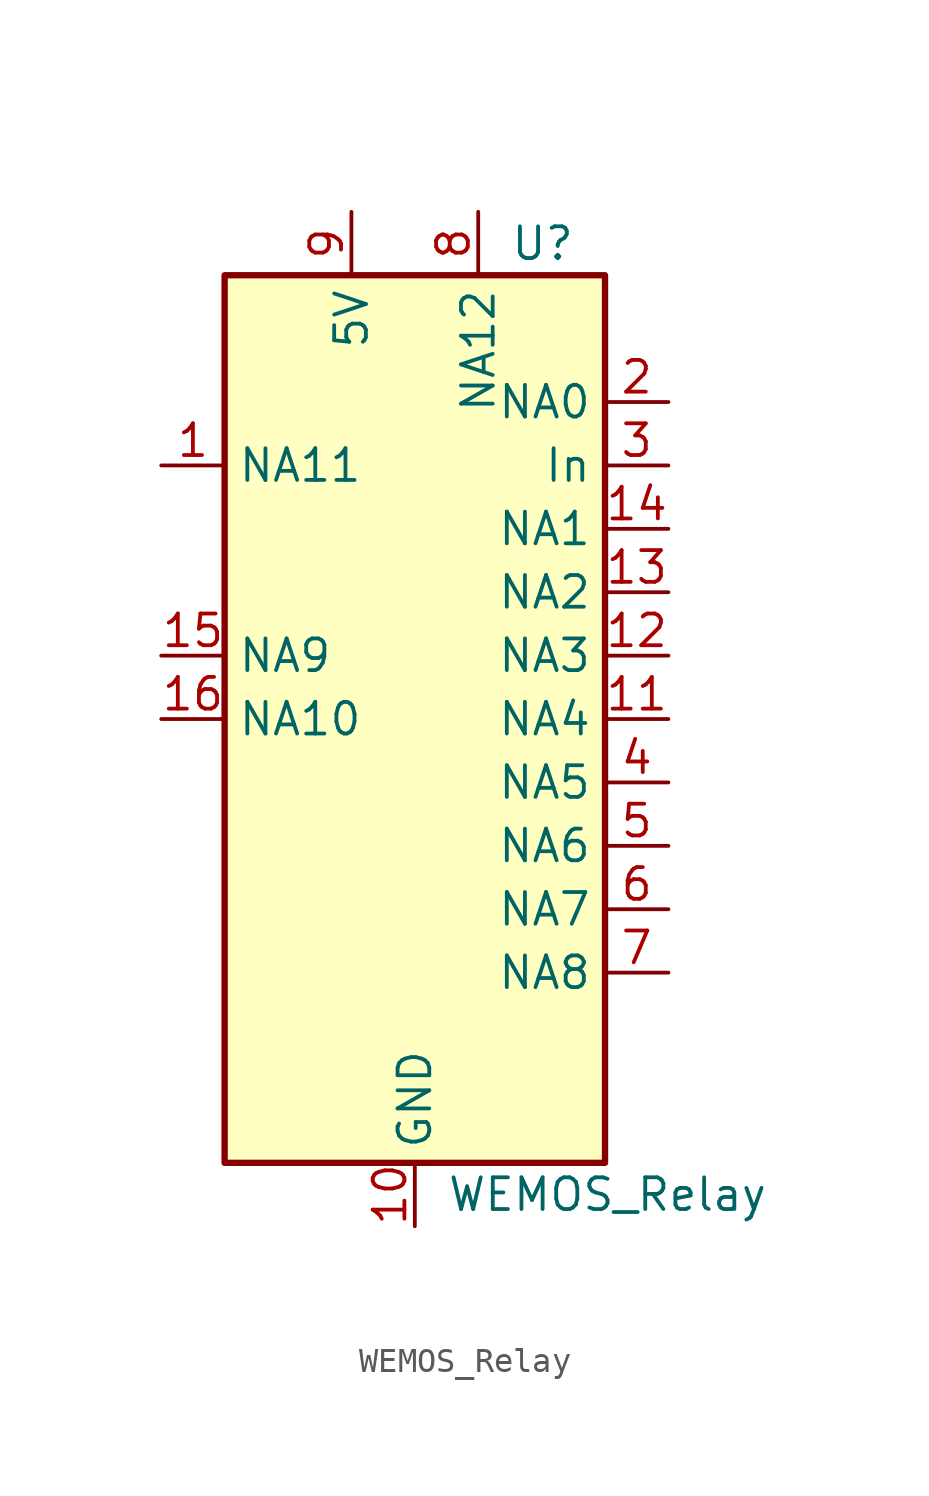
<source format=kicad_sym>
(kicad_symbol_lib
  (version 20241209)
  (generator "kicad_symbol_editor")
  (generator_version "9.0")
  (symbol "WEMOS_Relay"
    (property "Reference" "U"
      (at 3.81 19.05 0)
      (effects (font (size 1.27 1.27)) (justify left)))
    (property "Value" "WEMOS_Relay"
      (at 1.27 -19.05 0)
      (effects (font (size 1.27 1.27)) (justify left)))
    (symbol "WEMOS_Relay_1_1"
      (rectangle (start -7.62 17.78) (end 7.62 -17.78) (stroke (width 0.254) (type default)) (fill (type background)))
      (pin free line (at -10.16 10.16 0) (length 2.54) (name "NA11" (effects (font (size 1.27 1.27)))) (number "1" (effects (font (size 1.27 1.27)))))
      (pin free line (at -10.16 2.54 0) (length 2.54) (name "NA9" (effects (font (size 1.27 1.27)))) (number "15" (effects (font (size 1.27 1.27)))))
      (pin free line (at -10.16 0 0) (length 2.54) (name "NA10" (effects (font (size 1.27 1.27)))) (number "16" (effects (font (size 1.27 1.27)))))
      (pin power_in line (at -2.54 20.32 270) (length 2.54) (name "5V" (effects (font (size 1.27 1.27)))) (number "9" (effects (font (size 1.27 1.27)))))
      (pin power_in line (at 0 -20.32 90) (length 2.54) (name "GND" (effects (font (size 1.27 1.27)))) (number "10" (effects (font (size 1.27 1.27)))))
      (pin free line (at 2.54 20.32 270) (length 2.54) (name "NA12" (effects (font (size 1.27 1.27)))) (number "8" (effects (font (size 1.27 1.27)))))
      (pin free line (at 10.16 12.7 180) (length 2.54) (name "NA0" (effects (font (size 1.27 1.27)))) (number "2" (effects (font (size 1.27 1.27)))))
      (pin input line (at 10.16 10.16 180) (length 2.54) (name "In" (effects (font (size 1.27 1.27)))) (number "3" (effects (font (size 1.27 1.27)))))
      (pin free line (at 10.16 7.62 180) (length 2.54) (name "NA1" (effects (font (size 1.27 1.27)))) (number "14" (effects (font (size 1.27 1.27)))))
      (pin free line (at 10.16 5.08 180) (length 2.54) (name "NA2" (effects (font (size 1.27 1.27)))) (number "13" (effects (font (size 1.27 1.27)))))
      (pin free line (at 10.16 2.54 180) (length 2.54) (name "NA3" (effects (font (size 1.27 1.27)))) (number "12" (effects (font (size 1.27 1.27)))))
      (pin free line (at 10.16 0 180) (length 2.54) (name "NA4" (effects (font (size 1.27 1.27)))) (number "11" (effects (font (size 1.27 1.27)))))
      (pin free line (at 10.16 -2.54 180) (length 2.54) (name "NA5" (effects (font (size 1.27 1.27)))) (number "4" (effects (font (size 1.27 1.27)))))
      (pin free line (at 10.16 -5.08 180) (length 2.54) (name "NA6" (effects (font (size 1.27 1.27)))) (number "5" (effects (font (size 1.27 1.27)))))
      (pin free line (at 10.16 -7.62 180) (length 2.54) (name "NA7" (effects (font (size 1.27 1.27)))) (number "6" (effects (font (size 1.27 1.27)))))
      (pin free line (at 10.16 -10.16 180) (length 2.54) (name "NA8" (effects (font (size 1.27 1.27)))) (number "7" (effects (font (size 1.27 1.27))))))))
</source>
